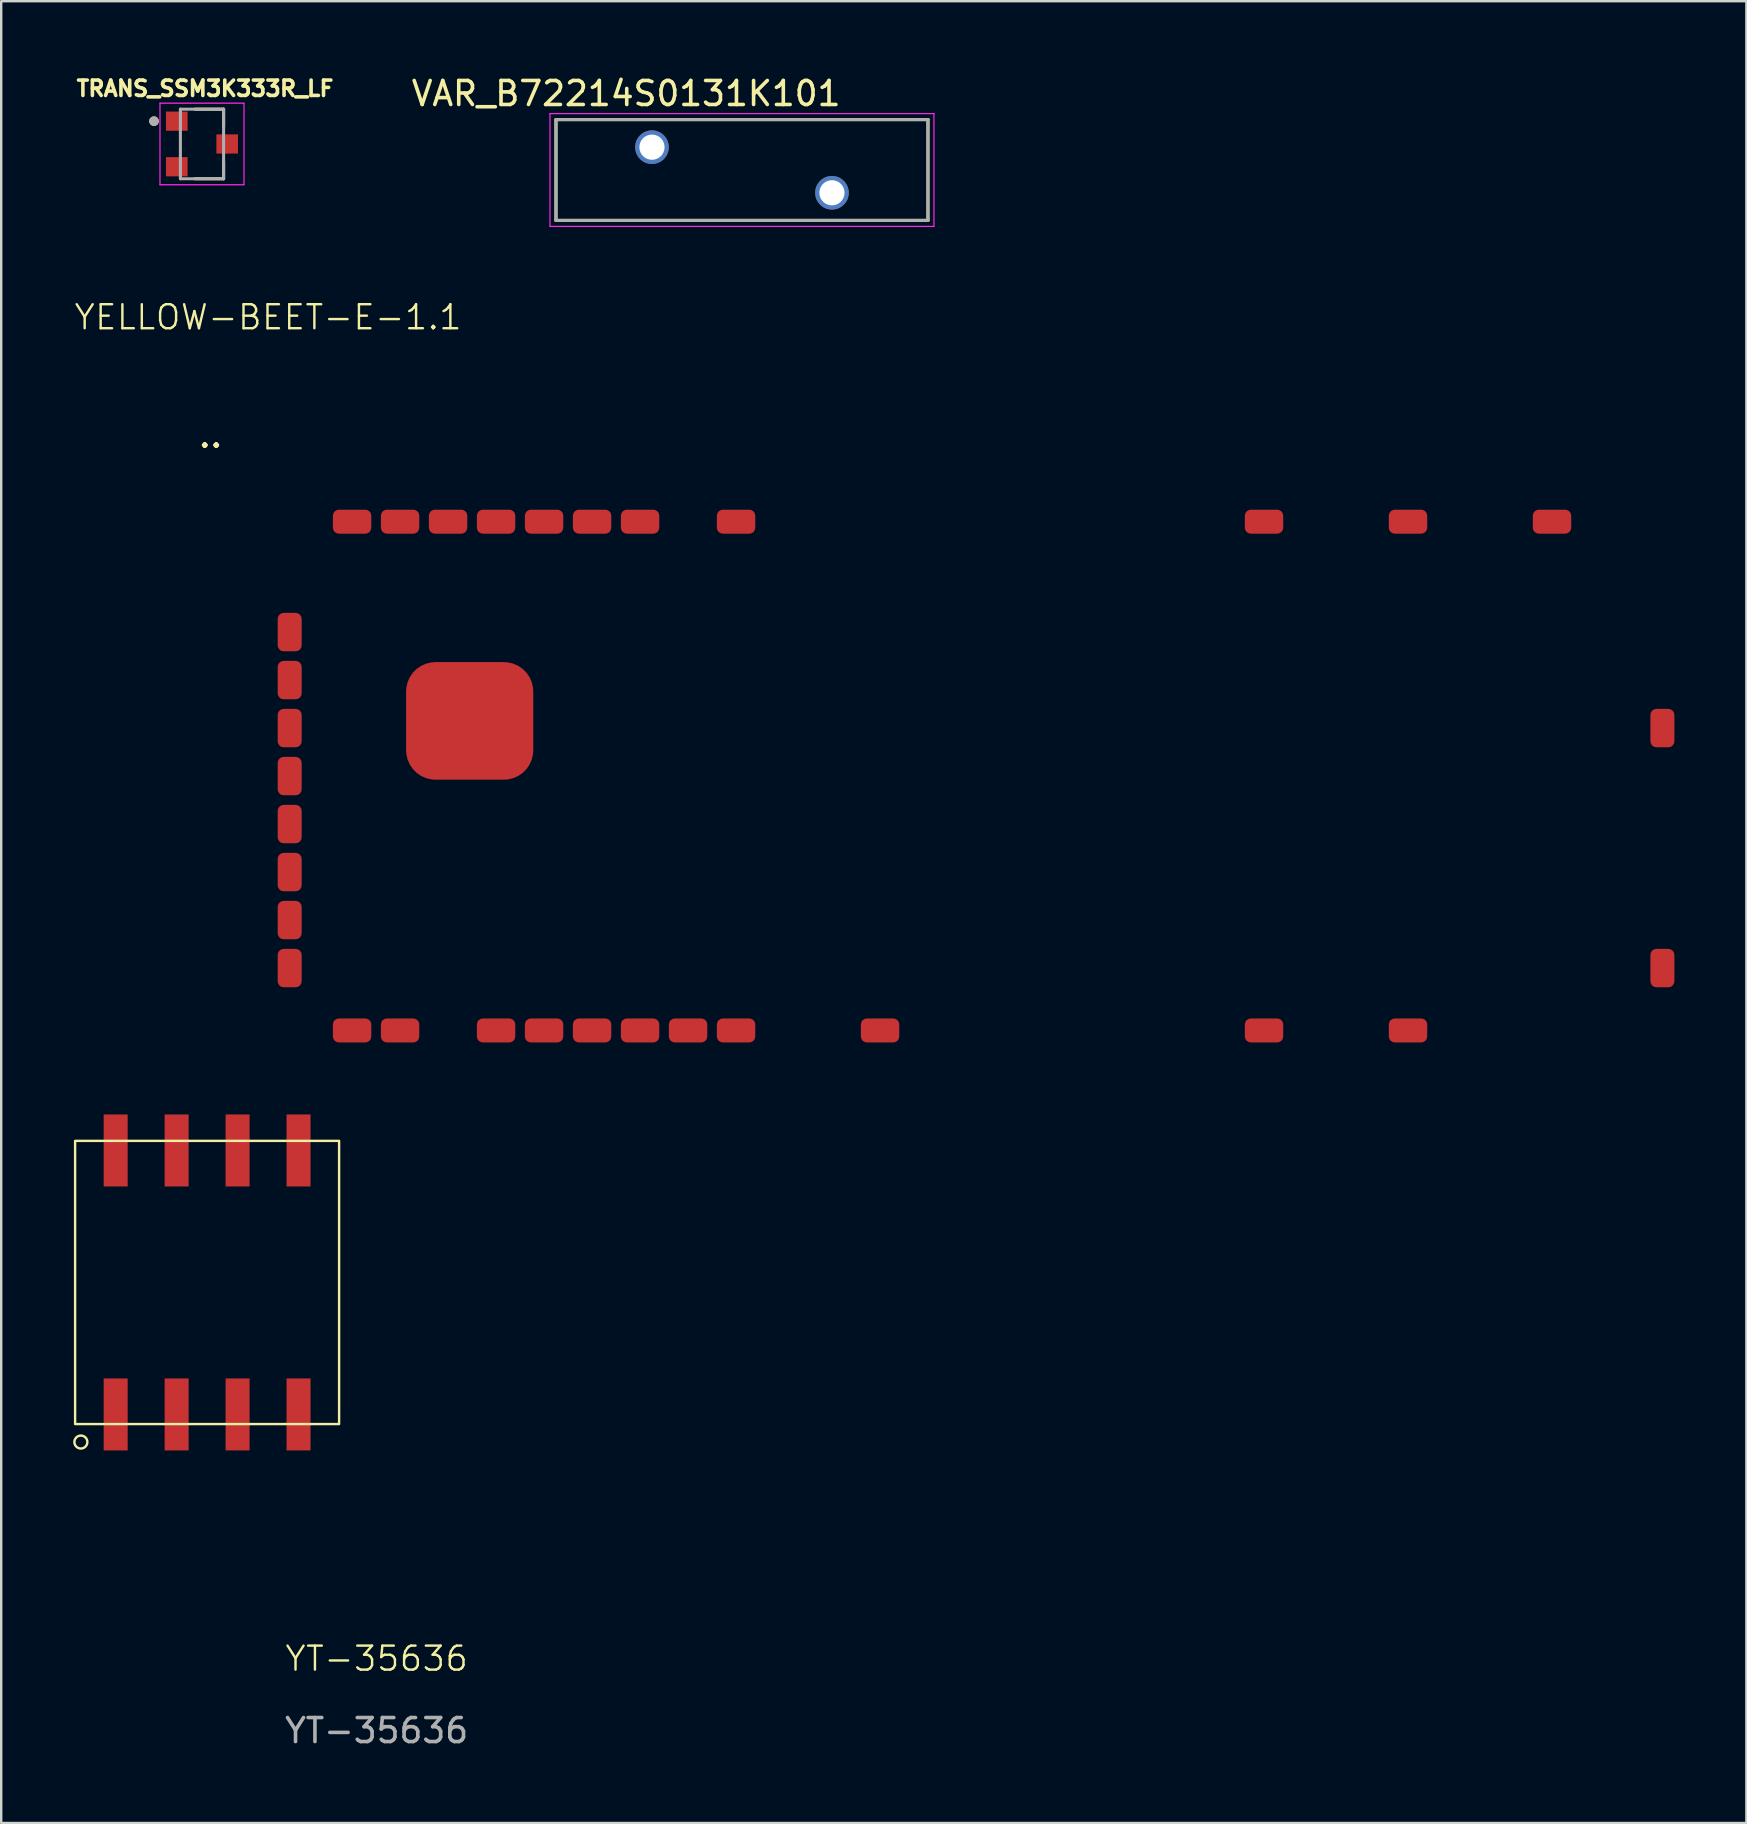
<source format=kicad_pcb>
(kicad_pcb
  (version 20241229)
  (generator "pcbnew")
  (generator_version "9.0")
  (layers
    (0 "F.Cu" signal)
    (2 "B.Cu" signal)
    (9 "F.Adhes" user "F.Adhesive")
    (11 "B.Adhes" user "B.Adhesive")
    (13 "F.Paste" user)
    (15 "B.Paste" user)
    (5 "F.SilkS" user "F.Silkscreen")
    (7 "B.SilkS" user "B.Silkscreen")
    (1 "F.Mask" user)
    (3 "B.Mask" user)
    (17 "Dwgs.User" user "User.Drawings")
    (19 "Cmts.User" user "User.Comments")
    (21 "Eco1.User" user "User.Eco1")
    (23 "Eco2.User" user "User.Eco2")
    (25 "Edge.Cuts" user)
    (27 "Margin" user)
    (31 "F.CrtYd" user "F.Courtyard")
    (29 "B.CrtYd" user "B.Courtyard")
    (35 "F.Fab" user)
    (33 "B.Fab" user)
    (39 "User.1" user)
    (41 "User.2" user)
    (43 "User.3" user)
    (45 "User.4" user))
  (footprint "VAR_B72214S0131K101"
    (layer "F.Cu")
    (at 27.867 4.033)
    (property "Reference" "VAR_B72214S0131K101" (at -4.825 -3.185 0) (layer "F.SilkS") (effects (font (size 1 1) (thickness 0.15))))
    (attr through_hole)
    (fp_line (start -7.75 -2.1) (end -7.75 2.1) (stroke (width 0.127) (type solid)) (layer "F.SilkS"))
    (fp_line (start -7.75 -2.1) (end 7.75 -2.1) (stroke (width 0.127) (type solid)) (layer "F.SilkS"))
    (fp_line (start -7.75 2.1) (end 7.75 2.1) (stroke (width 0.127) (type solid)) (layer "F.SilkS"))
    (fp_line (start 7.75 -2.1) (end 7.75 2.1) (stroke (width 0.127) (type solid)) (layer "F.SilkS"))
    (fp_line (start -8 -2.35) (end -8 2.35) (stroke (width 0.05) (type solid)) (layer "F.CrtYd"))
    (fp_line (start -8 -2.35) (end 8 -2.35) (stroke (width 0.05) (type solid)) (layer "F.CrtYd"))
    (fp_line (start 8 -2.35) (end 8 2.35) (stroke (width 0.05) (type solid)) (layer "F.CrtYd"))
    (fp_line (start 8 2.35) (end -8 2.35) (stroke (width 0.05) (type solid)) (layer "F.CrtYd"))
    (fp_line (start -7.75 -2.1) (end -7.75 2.1) (stroke (width 0.127) (type solid)) (layer "F.Fab"))
    (fp_line (start -7.75 -2.1) (end 7.75 -2.1) (stroke (width 0.127) (type solid)) (layer "F.Fab"))
    (fp_line (start 7.75 -2.1) (end 7.75 2.1) (stroke (width 0.127) (type solid)) (layer "F.Fab"))
    (fp_line (start 7.75 2.1) (end -7.75 2.1) (stroke (width 0.127) (type solid)) (layer "F.Fab"))
    (pad "1" thru_hole circle (at -3.75 -0.95) (size 1.4 1.4) (drill 1.05) (layers "*.Cu" "*.Mask"))
    (pad "2" thru_hole circle (at 3.75 0.95) (size 1.4 1.4) (drill 1.05) (layers "*.Cu" "*.Mask")))
  (footprint "YT-35636"
    (layer "F.Cu")
    (at 1.77 57.389)
    (property "Reference" "YT-35636" (at 10.875 8.675 0) (unlocked yes) (layer "F.SilkS") (effects (font (size 1 1) (thickness 0.1))))
    (attr smd)
    (fp_rect (start -1.69 -12.9) (end 9.31 -1.1) (stroke (width 0.1) (type default)) (fill no) (layer "F.SilkS"))
    (fp_circle (center -1.45 -0.35) (end -1.28 -0.14) (stroke (width 0.1) (type default)) (fill no) (layer "F.SilkS"))
    (fp_text user "${REFERENCE}" (at 10.875 11.675 0) (unlocked yes) (layer "F.Fab") (effects (font (size 1 1) (thickness 0.15))))
    (pad "1" smd rect (at 0 -1.5 180) (size 1 3) (layers "F.Cu" "F.Mask" "F.Paste"))
    (pad "2" smd rect (at 2.54 -1.5 180) (size 1 3) (layers "F.Cu" "F.Mask" "F.Paste"))
    (pad "3" smd rect (at 5.08 -1.5 180) (size 1 3) (layers "F.Cu" "F.Mask" "F.Paste"))
    (pad "4" smd rect (at 7.62 -1.5 180) (size 1 3) (layers "F.Cu" "F.Mask" "F.Paste"))
    (pad "5" smd rect (at 7.62 -12.5 180) (size 1 3) (layers "F.Cu" "F.Mask" "F.Paste"))
    (pad "6" smd rect (at 5.08 -12.5 180) (size 1 3) (layers "F.Cu" "F.Mask" "F.Paste"))
    (pad "7" smd rect (at 2.54 -12.5 180) (size 1 3) (layers "F.Cu" "F.Mask" "F.Paste"))
    (pad "8" smd rect (at 0 -12.5 180) (size 1 3) (layers "F.Cu" "F.Mask" "F.Paste")))
  (footprint "TRANS_SSM3K333R_LF"
    (layer "F.Cu")
    (at 5.367 2.949)
    (property "Reference" "TRANS_SSM3K333R_LF" (at 0.127 -2.311 0) (layer "F.SilkS") (effects (font (size 0.64 0.64) (thickness 0.15))))
    (attr smd)
    (fp_line (start -0.286 -1.45) (end 0.9 -1.45) (stroke (width 0.127) (type solid)) (layer "F.SilkS"))
    (fp_line (start 0.9 -1.45) (end 0.9 -0.714) (stroke (width 0.127) (type solid)) (layer "F.SilkS"))
    (fp_line (start 0.9 0.714) (end 0.9 1.45) (stroke (width 0.127) (type solid)) (layer "F.SilkS"))
    (fp_line (start 0.9 1.45) (end -0.286 1.45) (stroke (width 0.127) (type solid)) (layer "F.SilkS"))
    (fp_circle (center -2 -0.95) (end -1.9 -0.95) (stroke (width 0.2) (type solid)) (fill no) (layer "F.SilkS"))
    (fp_line (start -1.75 -1.7) (end 1.75 -1.7) (stroke (width 0.05) (type solid)) (layer "F.CrtYd"))
    (fp_line (start -1.75 1.7) (end -1.75 -1.7) (stroke (width 0.05) (type solid)) (layer "F.CrtYd"))
    (fp_line (start 1.75 -1.7) (end 1.75 1.7) (stroke (width 0.05) (type solid)) (layer "F.CrtYd"))
    (fp_line (start 1.75 1.7) (end -1.75 1.7) (stroke (width 0.05) (type solid)) (layer "F.CrtYd"))
    (fp_line (start -0.9 -1.45) (end 0.9 -1.45) (stroke (width 0.127) (type solid)) (layer "F.Fab"))
    (fp_line (start -0.9 1.45) (end -0.9 -1.45) (stroke (width 0.127) (type solid)) (layer "F.Fab"))
    (fp_line (start 0.9 -1.45) (end 0.9 1.45) (stroke (width 0.127) (type solid)) (layer "F.Fab"))
    (fp_line (start 0.9 1.45) (end -0.9 1.45) (stroke (width 0.127) (type solid)) (layer "F.Fab"))
    (fp_circle (center -2 -0.95) (end -1.9 -0.95) (stroke (width 0.2) (type solid)) (fill no) (layer "F.Fab"))
    (pad "1" smd rect (at -1.05 -0.95) (size 0.9 0.8) (layers "F.Cu" "F.Mask" "F.Paste"))
    (pad "2" smd rect (at -1.05 0.95) (size 0.9 0.8) (layers "F.Cu" "F.Mask" "F.Paste"))
    (pad "3" smd rect (at 1.05 0) (size 0.9 0.8) (layers "F.Cu" "F.Mask" "F.Paste")))
  (footprint "YELLOW-BEET-E-1.1"
    (layer "F.Cu")
    (at 8.121 17.789)
    (property "Reference" "YELLOW-BEET-E-1.1" (at 0 -7.62 0) (unlocked yes) (layer "F.SilkS") (effects (font (size 1 1) (thickness 0.1))))
    (attr smd)
    (fp_text user ".." (at -2.4 -2.7 0) (unlocked yes) (layer "F.SilkS") (effects (font (size 1 1) (thickness 0.15))))
    (pad "1" smd roundrect (at 19.5 22.1 270) (size 1 1.6) (layers "F.Cu" "F.Mask" "F.Paste") (roundrect_rratio 0.25))
    (pad "2" smd roundrect (at 17.5 22.1 270) (size 1 1.6) (layers "F.Cu" "F.Mask" "F.Paste") (roundrect_rratio 0.25))
    (pad "3" smd roundrect (at 15.5 22.1 270) (size 1 1.6) (layers "F.Cu" "F.Mask" "F.Paste") (roundrect_rratio 0.25))
    (pad "4" smd roundrect (at 13.5 22.1 270) (size 1 1.6) (layers "F.Cu" "F.Mask" "F.Paste") (roundrect_rratio 0.25))
    (pad "5" smd roundrect (at 11.5 22.1 270) (size 1 1.6) (layers "F.Cu" "F.Mask" "F.Paste") (roundrect_rratio 0.25))
    (pad "6" smd roundrect (at 9.5 22.1 270) (size 1 1.6) (layers "F.Cu" "F.Mask" "F.Paste") (roundrect_rratio 0.25))
    (pad "7" smd roundrect (at 5.5 22.1 270) (size 1 1.6) (layers "F.Cu" "F.Mask" "F.Paste") (roundrect_rratio 0.25))
    (pad "8" smd roundrect (at 3.5 22.1 270) (size 1 1.6) (layers "F.Cu" "F.Mask" "F.Paste") (roundrect_rratio 0.25))
    (pad "9" smd roundrect (at 0.9 19.5 180) (size 1 1.6) (layers "F.Cu" "F.Mask" "F.Paste") (roundrect_rratio 0.25))
    (pad "10" smd roundrect (at 0.9 17.5 180) (size 1 1.6) (layers "F.Cu" "F.Mask" "F.Paste") (roundrect_rratio 0.25))
    (pad "11" smd roundrect (at 0.9 15.5 180) (size 1 1.6) (layers "F.Cu" "F.Mask" "F.Paste") (roundrect_rratio 0.25))
    (pad "12" smd roundrect (at 0.9 13.5 180) (size 1 1.6) (layers "F.Cu" "F.Mask" "F.Paste") (roundrect_rratio 0.25))
    (pad "13" smd roundrect (at 0.9 11.5 180) (size 1 1.6) (layers "F.Cu" "F.Mask" "F.Paste") (roundrect_rratio 0.25))
    (pad "14" smd roundrect (at 0.9 9.5 180) (size 1 1.6) (layers "F.Cu" "F.Mask" "F.Paste") (roundrect_rratio 0.25))
    (pad "15" smd roundrect (at 0.9 7.5 180) (size 1 1.6) (layers "F.Cu" "F.Mask" "F.Paste") (roundrect_rratio 0.25))
    (pad "16" smd roundrect (at 0.9 5.5 180) (size 1 1.6) (layers "F.Cu" "F.Mask" "F.Paste") (roundrect_rratio 0.25))
    (pad "17" smd roundrect (at 3.5 0.9 90) (size 1 1.6) (layers "F.Cu" "F.Mask" "F.Paste") (roundrect_rratio 0.25))
    (pad "18" smd roundrect (at 5.5 0.9 90) (size 1 1.6) (layers "F.Cu" "F.Mask" "F.Paste") (roundrect_rratio 0.25))
    (pad "19" smd roundrect (at 7.5 0.9 90) (size 1 1.6) (layers "F.Cu" "F.Mask" "F.Paste") (roundrect_rratio 0.25))
    (pad "20" smd roundrect (at 9.5 0.9 90) (size 1 1.6) (layers "F.Cu" "F.Mask" "F.Paste") (roundrect_rratio 0.25))
    (pad "21" smd roundrect (at 11.5 0.9 270) (size 1 1.6) (layers "F.Cu" "F.Mask" "F.Paste") (roundrect_rratio 0.25))
    (pad "22" smd roundrect (at 13.5 0.9 90) (size 1 1.6) (layers "F.Cu" "F.Mask" "F.Paste") (roundrect_rratio 0.25))
    (pad "23" smd roundrect (at 15.5 0.9 90) (size 1 1.6) (layers "F.Cu" "F.Mask" "F.Paste") (roundrect_rratio 0.25))
    (pad "24" smd roundrect (at 19.5 0.9 90) (size 1 1.6) (layers "F.Cu" "F.Mask" "F.Paste") (roundrect_rratio 0.25))
    (pad "25" smd roundrect (at 41.5 0.9 90) (size 1 1.6) (layers "F.Cu" "F.Mask" "F.Paste") (roundrect_rratio 0.25))
    (pad "26" smd roundrect (at 47.5 0.9 90) (size 1 1.6) (layers "F.Cu" "F.Mask" "F.Paste") (roundrect_rratio 0.25))
    (pad "27" smd roundrect (at 53.5 0.9 90) (size 1 1.6) (layers "F.Cu" "F.Mask" "F.Paste") (roundrect_rratio 0.25))
    (pad "28" smd roundrect (at 58.1 9.5 180) (size 1 1.6) (layers "F.Cu" "F.Mask" "F.Paste") (roundrect_rratio 0.25))
    (pad "29" smd roundrect (at 58.1 19.5 180) (size 1 1.6) (layers "F.Cu" "F.Mask" "F.Paste") (roundrect_rratio 0.25))
    (pad "30" smd roundrect (at 47.5 22.1 270) (size 1 1.6) (layers "F.Cu" "F.Mask" "F.Paste") (roundrect_rratio 0.25))
    (pad "31" smd roundrect (at 41.5 22.1 270) (size 1 1.6) (layers "F.Cu" "F.Mask" "F.Paste") (roundrect_rratio 0.25))
    (pad "32" smd roundrect (at 25.5 22.1 270) (size 1 1.6) (layers "F.Cu" "F.Mask" "F.Paste") (roundrect_rratio 0.25))
    (pad "33" smd roundrect (at 8.4 9.2) (size 5.3 4.9) (layers "F.Cu" "F.Mask" "F.Paste") (roundrect_rratio 0.25)))
  (gr_rect
    (start -3 -3)
    (end 69.721 72.912)
    (stroke (width 0.1) (type default))
    (fill no)
    (layer "Edge.Cuts")))
</source>
